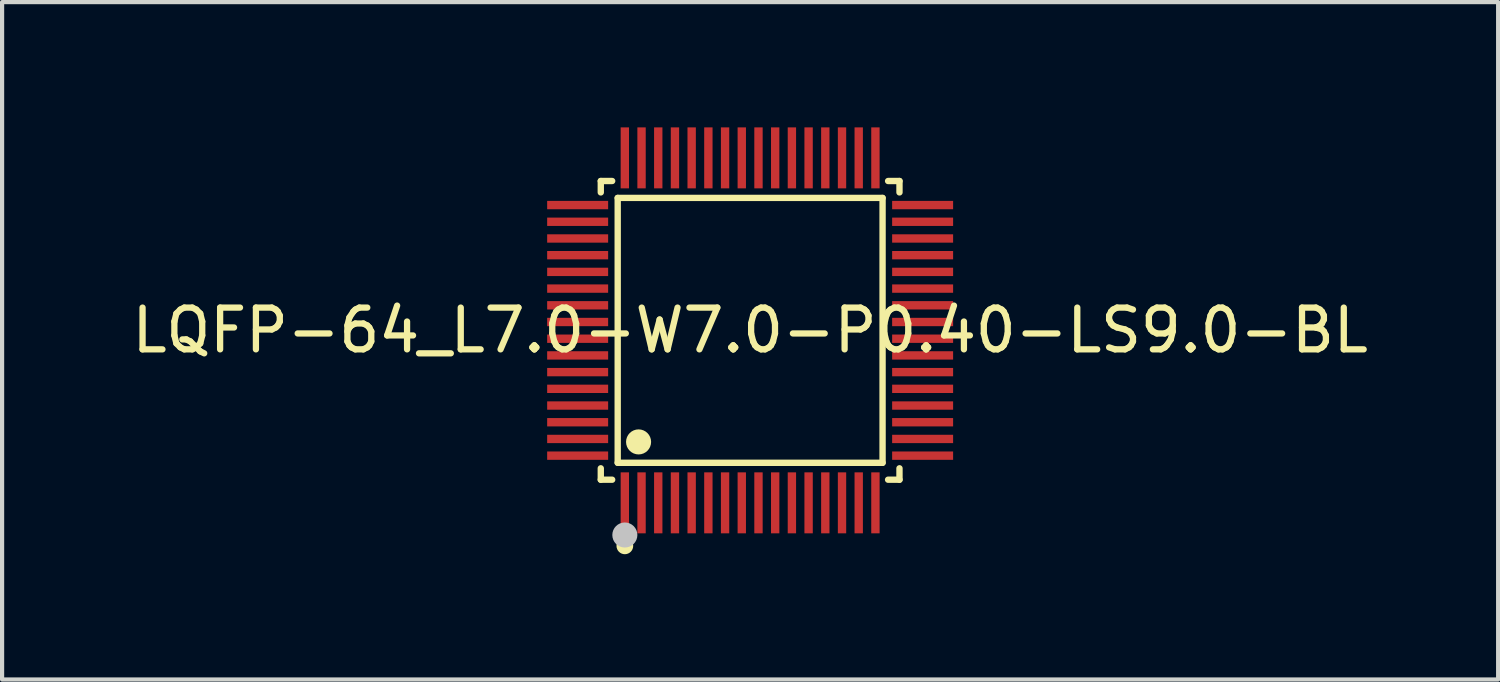
<source format=kicad_pcb>
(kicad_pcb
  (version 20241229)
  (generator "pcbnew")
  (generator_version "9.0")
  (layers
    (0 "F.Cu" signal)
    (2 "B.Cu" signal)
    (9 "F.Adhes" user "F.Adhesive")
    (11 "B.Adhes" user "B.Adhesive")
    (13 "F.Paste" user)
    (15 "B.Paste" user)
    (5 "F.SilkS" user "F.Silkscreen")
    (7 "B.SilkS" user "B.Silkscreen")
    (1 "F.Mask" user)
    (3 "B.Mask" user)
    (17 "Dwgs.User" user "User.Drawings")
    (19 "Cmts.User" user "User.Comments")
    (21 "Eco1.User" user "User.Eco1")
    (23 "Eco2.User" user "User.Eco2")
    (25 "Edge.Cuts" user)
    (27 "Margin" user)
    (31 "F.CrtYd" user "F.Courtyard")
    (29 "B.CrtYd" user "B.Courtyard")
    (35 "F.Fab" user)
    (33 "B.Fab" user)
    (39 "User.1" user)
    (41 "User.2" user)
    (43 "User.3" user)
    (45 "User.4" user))
  (footprint "LQFP-64_L7.0-W7.0-P0.40-LS9.0-BL"
    (layer "F.Cu")
    (at 14.911 4.86)
    (property "Reference" "LQFP-64_L7.0-W7.0-P0.40-LS9.0-BL" (at 0 0 0) (layer "F.SilkS") (effects (font (size 1 1) (thickness 0.15))))
    (fp_line (start -3.576 -3.576) (end -3.303 -3.576) (stroke (width 0.152) (type default)) (layer "F.SilkS"))
    (fp_line (start -3.576 -3.303) (end -3.576 -3.576) (stroke (width 0.152) (type default)) (layer "F.SilkS"))
    (fp_line (start -3.576 3.303) (end -3.576 3.576) (stroke (width 0.152) (type default)) (layer "F.SilkS"))
    (fp_line (start -3.576 3.576) (end -3.303 3.576) (stroke (width 0.152) (type default)) (layer "F.SilkS"))
    (fp_line (start -3.171 -3.171) (end 3.171 -3.171) (stroke (width 0.152) (type default)) (layer "F.SilkS"))
    (fp_line (start -3.171 3.171) (end -3.171 -3.171) (stroke (width 0.152) (type default)) (layer "F.SilkS"))
    (fp_line (start 3.171 -3.171) (end 3.171 3.171) (stroke (width 0.152) (type default)) (layer "F.SilkS"))
    (fp_line (start 3.171 3.171) (end -3.171 3.171) (stroke (width 0.152) (type default)) (layer "F.SilkS"))
    (fp_line (start 3.576 -3.576) (end 3.303 -3.576) (stroke (width 0.152) (type default)) (layer "F.SilkS"))
    (fp_line (start 3.576 -3.303) (end 3.576 -3.576) (stroke (width 0.152) (type default)) (layer "F.SilkS"))
    (fp_line (start 3.576 3.303) (end 3.576 3.576) (stroke (width 0.152) (type default)) (layer "F.SilkS"))
    (fp_line (start 3.576 3.576) (end 3.303 3.576) (stroke (width 0.152) (type default)) (layer "F.SilkS"))
    (fp_circle (center -3 5.16) (end -2.9 5.16) (stroke (width 0.2) (type default)) (fill no) (layer "F.SilkS"))
    (fp_circle (center -2.671 2.671) (end -2.521 2.671) (stroke (width 0.3) (type default)) (fill no) (layer "F.SilkS"))
    (fp_circle (center -3 4.9) (end -2.85 4.9) (stroke (width 0.3) (type default)) (fill no) (layer "Dwgs.User"))
    (fp_poly (pts (xy -4.5 -2.9) (xy -4.5 -3.1) (xy -3.9 -3.1) (xy -3.9 -2.9)) (stroke (width 0.1) (type default)) (fill no) (layer "User.1"))
    (fp_poly (pts (xy -4.5 -2.5) (xy -4.5 -2.7) (xy -3.9 -2.7) (xy -3.9 -2.5)) (stroke (width 0.1) (type default)) (fill no) (layer "User.1"))
    (fp_poly (pts (xy -4.5 -2.1) (xy -4.5 -2.3) (xy -3.9 -2.3) (xy -3.9 -2.1)) (stroke (width 0.1) (type default)) (fill no) (layer "User.1"))
    (fp_poly (pts (xy -4.5 -1.7) (xy -4.5 -1.9) (xy -3.9 -1.9) (xy -3.9 -1.7)) (stroke (width 0.1) (type default)) (fill no) (layer "User.1"))
    (fp_poly (pts (xy -4.5 -1.3) (xy -4.5 -1.5) (xy -3.9 -1.5) (xy -3.9 -1.3)) (stroke (width 0.1) (type default)) (fill no) (layer "User.1"))
    (fp_poly (pts (xy -4.5 -0.9) (xy -4.5 -1.1) (xy -3.9 -1.1) (xy -3.9 -0.9)) (stroke (width 0.1) (type default)) (fill no) (layer "User.1"))
    (fp_poly (pts (xy -4.5 -0.5) (xy -4.5 -0.7) (xy -3.9 -0.7) (xy -3.9 -0.5)) (stroke (width 0.1) (type default)) (fill no) (layer "User.1"))
    (fp_poly (pts (xy -4.5 -0.1) (xy -4.5 -0.3) (xy -3.9 -0.3) (xy -3.9 -0.1)) (stroke (width 0.1) (type default)) (fill no) (layer "User.1"))
    (fp_poly (pts (xy -4.5 0.3) (xy -4.5 0.1) (xy -3.9 0.1) (xy -3.9 0.3)) (stroke (width 0.1) (type default)) (fill no) (layer "User.1"))
    (fp_poly (pts (xy -4.5 0.7) (xy -4.5 0.5) (xy -3.9 0.5) (xy -3.9 0.7)) (stroke (width 0.1) (type default)) (fill no) (layer "User.1"))
    (fp_poly (pts (xy -4.5 1.1) (xy -4.5 0.9) (xy -3.9 0.9) (xy -3.9 1.1)) (stroke (width 0.1) (type default)) (fill no) (layer "User.1"))
    (fp_poly (pts (xy -4.5 1.5) (xy -4.5 1.3) (xy -3.9 1.3) (xy -3.9 1.5)) (stroke (width 0.1) (type default)) (fill no) (layer "User.1"))
    (fp_poly (pts (xy -4.5 1.9) (xy -4.5 1.7) (xy -3.9 1.7) (xy -3.9 1.9)) (stroke (width 0.1) (type default)) (fill no) (layer "User.1"))
    (fp_poly (pts (xy -4.5 2.3) (xy -4.5 2.1) (xy -3.9 2.1) (xy -3.9 2.3)) (stroke (width 0.1) (type default)) (fill no) (layer "User.1"))
    (fp_poly (pts (xy -4.5 2.7) (xy -4.5 2.5) (xy -3.9 2.5) (xy -3.9 2.7)) (stroke (width 0.1) (type default)) (fill no) (layer "User.1"))
    (fp_poly (pts (xy -4.5 3.1) (xy -4.5 2.9) (xy -3.9 2.9) (xy -3.9 3.1)) (stroke (width 0.1) (type default)) (fill no) (layer "User.1"))
    (fp_poly (pts (xy -3.91 -2.9) (xy -3.91 -3.1) (xy -3.49 -3.1) (xy -3.49 -2.9)) (stroke (width 0.1) (type default)) (fill no) (layer "User.1"))
    (fp_poly (pts (xy -3.91 -2.5) (xy -3.91 -2.7) (xy -3.49 -2.7) (xy -3.49 -2.5)) (stroke (width 0.1) (type default)) (fill no) (layer "User.1"))
    (fp_poly (pts (xy -3.91 -2.1) (xy -3.91 -2.3) (xy -3.49 -2.3) (xy -3.49 -2.1)) (stroke (width 0.1) (type default)) (fill no) (layer "User.1"))
    (fp_poly (pts (xy -3.91 -1.7) (xy -3.91 -1.9) (xy -3.49 -1.9) (xy -3.49 -1.7)) (stroke (width 0.1) (type default)) (fill no) (layer "User.1"))
    (fp_poly (pts (xy -3.91 -1.3) (xy -3.91 -1.5) (xy -3.49 -1.5) (xy -3.49 -1.3)) (stroke (width 0.1) (type default)) (fill no) (layer "User.1"))
    (fp_poly (pts (xy -3.91 -0.9) (xy -3.91 -1.1) (xy -3.49 -1.1) (xy -3.49 -0.9)) (stroke (width 0.1) (type default)) (fill no) (layer "User.1"))
    (fp_poly (pts (xy -3.91 -0.5) (xy -3.91 -0.7) (xy -3.49 -0.7) (xy -3.49 -0.5)) (stroke (width 0.1) (type default)) (fill no) (layer "User.1"))
    (fp_poly (pts (xy -3.91 -0.1) (xy -3.91 -0.3) (xy -3.49 -0.3) (xy -3.49 -0.1)) (stroke (width 0.1) (type default)) (fill no) (layer "User.1"))
    (fp_poly (pts (xy -3.91 0.3) (xy -3.91 0.1) (xy -3.49 0.1) (xy -3.49 0.3)) (stroke (width 0.1) (type default)) (fill no) (layer "User.1"))
    (fp_poly (pts (xy -3.91 0.7) (xy -3.91 0.5) (xy -3.49 0.5) (xy -3.49 0.7)) (stroke (width 0.1) (type default)) (fill no) (layer "User.1"))
    (fp_poly (pts (xy -3.91 1.1) (xy -3.91 0.9) (xy -3.49 0.9) (xy -3.49 1.1)) (stroke (width 0.1) (type default)) (fill no) (layer "User.1"))
    (fp_poly (pts (xy -3.91 1.5) (xy -3.91 1.3) (xy -3.49 1.3) (xy -3.49 1.5)) (stroke (width 0.1) (type default)) (fill no) (layer "User.1"))
    (fp_poly (pts (xy -3.91 1.9) (xy -3.91 1.7) (xy -3.49 1.7) (xy -3.49 1.9)) (stroke (width 0.1) (type default)) (fill no) (layer "User.1"))
    (fp_poly (pts (xy -3.91 2.3) (xy -3.91 2.1) (xy -3.49 2.1) (xy -3.49 2.3)) (stroke (width 0.1) (type default)) (fill no) (layer "User.1"))
    (fp_poly (pts (xy -3.91 2.7) (xy -3.91 2.5) (xy -3.49 2.5) (xy -3.49 2.7)) (stroke (width 0.1) (type default)) (fill no) (layer "User.1"))
    (fp_poly (pts (xy -3.91 3.1) (xy -3.91 2.9) (xy -3.49 2.9) (xy -3.49 3.1)) (stroke (width 0.1) (type default)) (fill no) (layer "User.1"))
    (fp_poly (pts (xy -3.1 -3.9) (xy -3.1 -4.5) (xy -2.9 -4.5) (xy -2.9 -3.9)) (stroke (width 0.1) (type default)) (fill no) (layer "User.1"))
    (fp_poly (pts (xy -3.1 -3.49) (xy -3.1 -3.91) (xy -2.9 -3.91) (xy -2.9 -3.49)) (stroke (width 0.1) (type default)) (fill no) (layer "User.1"))
    (fp_poly (pts (xy -3.1 3.91) (xy -3.1 3.49) (xy -2.9 3.49) (xy -2.9 3.91)) (stroke (width 0.1) (type default)) (fill no) (layer "User.1"))
    (fp_poly (pts (xy -3.1 4.5) (xy -3.1 3.9) (xy -2.9 3.9) (xy -2.9 4.5)) (stroke (width 0.1) (type default)) (fill no) (layer "User.1"))
    (fp_poly (pts (xy -2.7 -3.9) (xy -2.7 -4.5) (xy -2.5 -4.5) (xy -2.5 -3.9)) (stroke (width 0.1) (type default)) (fill no) (layer "User.1"))
    (fp_poly (pts (xy -2.7 -3.49) (xy -2.7 -3.91) (xy -2.5 -3.91) (xy -2.5 -3.49)) (stroke (width 0.1) (type default)) (fill no) (layer "User.1"))
    (fp_poly (pts (xy -2.7 3.91) (xy -2.7 3.49) (xy -2.5 3.49) (xy -2.5 3.91)) (stroke (width 0.1) (type default)) (fill no) (layer "User.1"))
    (fp_poly (pts (xy -2.7 4.5) (xy -2.7 3.9) (xy -2.5 3.9) (xy -2.5 4.5)) (stroke (width 0.1) (type default)) (fill no) (layer "User.1"))
    (fp_poly (pts (xy -2.3 -3.9) (xy -2.3 -4.5) (xy -2.1 -4.5) (xy -2.1 -3.9)) (stroke (width 0.1) (type default)) (fill no) (layer "User.1"))
    (fp_poly (pts (xy -2.3 -3.49) (xy -2.3 -3.91) (xy -2.1 -3.91) (xy -2.1 -3.49)) (stroke (width 0.1) (type default)) (fill no) (layer "User.1"))
    (fp_poly (pts (xy -2.3 3.91) (xy -2.3 3.49) (xy -2.1 3.49) (xy -2.1 3.91)) (stroke (width 0.1) (type default)) (fill no) (layer "User.1"))
    (fp_poly (pts (xy -2.3 4.5) (xy -2.3 3.9) (xy -2.1 3.9) (xy -2.1 4.5)) (stroke (width 0.1) (type default)) (fill no) (layer "User.1"))
    (fp_poly (pts (xy -1.9 -3.9) (xy -1.9 -4.5) (xy -1.7 -4.5) (xy -1.7 -3.9)) (stroke (width 0.1) (type default)) (fill no) (layer "User.1"))
    (fp_poly (pts (xy -1.9 -3.49) (xy -1.9 -3.91) (xy -1.7 -3.91) (xy -1.7 -3.49)) (stroke (width 0.1) (type default)) (fill no) (layer "User.1"))
    (fp_poly (pts (xy -1.9 3.91) (xy -1.9 3.49) (xy -1.7 3.49) (xy -1.7 3.91)) (stroke (width 0.1) (type default)) (fill no) (layer "User.1"))
    (fp_poly (pts (xy -1.9 4.5) (xy -1.9 3.9) (xy -1.7 3.9) (xy -1.7 4.5)) (stroke (width 0.1) (type default)) (fill no) (layer "User.1"))
    (fp_poly (pts (xy -1.5 -3.9) (xy -1.5 -4.5) (xy -1.3 -4.5) (xy -1.3 -3.9)) (stroke (width 0.1) (type default)) (fill no) (layer "User.1"))
    (fp_poly (pts (xy -1.5 -3.49) (xy -1.5 -3.91) (xy -1.3 -3.91) (xy -1.3 -3.49)) (stroke (width 0.1) (type default)) (fill no) (layer "User.1"))
    (fp_poly (pts (xy -1.5 3.91) (xy -1.5 3.49) (xy -1.3 3.49) (xy -1.3 3.91)) (stroke (width 0.1) (type default)) (fill no) (layer "User.1"))
    (fp_poly (pts (xy -1.5 4.5) (xy -1.5 3.9) (xy -1.3 3.9) (xy -1.3 4.5)) (stroke (width 0.1) (type default)) (fill no) (layer "User.1"))
    (fp_poly (pts (xy -1.1 -3.9) (xy -1.1 -4.5) (xy -0.9 -4.5) (xy -0.9 -3.9)) (stroke (width 0.1) (type default)) (fill no) (layer "User.1"))
    (fp_poly (pts (xy -1.1 -3.49) (xy -1.1 -3.91) (xy -0.9 -3.91) (xy -0.9 -3.49)) (stroke (width 0.1) (type default)) (fill no) (layer "User.1"))
    (fp_poly (pts (xy -1.1 3.91) (xy -1.1 3.49) (xy -0.9 3.49) (xy -0.9 3.91)) (stroke (width 0.1) (type default)) (fill no) (layer "User.1"))
    (fp_poly (pts (xy -1.1 4.5) (xy -1.1 3.9) (xy -0.9 3.9) (xy -0.9 4.5)) (stroke (width 0.1) (type default)) (fill no) (layer "User.1"))
    (fp_poly (pts (xy -0.7 -3.9) (xy -0.7 -4.5) (xy -0.5 -4.5) (xy -0.5 -3.9)) (stroke (width 0.1) (type default)) (fill no) (layer "User.1"))
    (fp_poly (pts (xy -0.7 -3.49) (xy -0.7 -3.91) (xy -0.5 -3.91) (xy -0.5 -3.49)) (stroke (width 0.1) (type default)) (fill no) (layer "User.1"))
    (fp_poly (pts (xy -0.7 3.91) (xy -0.7 3.49) (xy -0.5 3.49) (xy -0.5 3.91)) (stroke (width 0.1) (type default)) (fill no) (layer "User.1"))
    (fp_poly (pts (xy -0.7 4.5) (xy -0.7 3.9) (xy -0.5 3.9) (xy -0.5 4.5)) (stroke (width 0.1) (type default)) (fill no) (layer "User.1"))
    (fp_poly (pts (xy -0.3 -3.9) (xy -0.3 -4.5) (xy -0.1 -4.5) (xy -0.1 -3.9)) (stroke (width 0.1) (type default)) (fill no) (layer "User.1"))
    (fp_poly (pts (xy -0.3 -3.49) (xy -0.3 -3.91) (xy -0.1 -3.91) (xy -0.1 -3.49)) (stroke (width 0.1) (type default)) (fill no) (layer "User.1"))
    (fp_poly (pts (xy -0.3 3.91) (xy -0.3 3.49) (xy -0.1 3.49) (xy -0.1 3.91)) (stroke (width 0.1) (type default)) (fill no) (layer "User.1"))
    (fp_poly (pts (xy -0.3 4.5) (xy -0.3 3.9) (xy -0.1 3.9) (xy -0.1 4.5)) (stroke (width 0.1) (type default)) (fill no) (layer "User.1"))
    (fp_poly (pts (xy 0.1 -3.9) (xy 0.1 -4.5) (xy 0.3 -4.5) (xy 0.3 -3.9)) (stroke (width 0.1) (type default)) (fill no) (layer "User.1"))
    (fp_poly (pts (xy 0.1 -3.49) (xy 0.1 -3.91) (xy 0.3 -3.91) (xy 0.3 -3.49)) (stroke (width 0.1) (type default)) (fill no) (layer "User.1"))
    (fp_poly (pts (xy 0.1 3.91) (xy 0.1 3.49) (xy 0.3 3.49) (xy 0.3 3.91)) (stroke (width 0.1) (type default)) (fill no) (layer "User.1"))
    (fp_poly (pts (xy 0.1 4.5) (xy 0.1 3.9) (xy 0.3 3.9) (xy 0.3 4.5)) (stroke (width 0.1) (type default)) (fill no) (layer "User.1"))
    (fp_poly (pts (xy 0.5 -3.9) (xy 0.5 -4.5) (xy 0.7 -4.5) (xy 0.7 -3.9)) (stroke (width 0.1) (type default)) (fill no) (layer "User.1"))
    (fp_poly (pts (xy 0.5 -3.49) (xy 0.5 -3.91) (xy 0.7 -3.91) (xy 0.7 -3.49)) (stroke (width 0.1) (type default)) (fill no) (layer "User.1"))
    (fp_poly (pts (xy 0.5 3.91) (xy 0.5 3.49) (xy 0.7 3.49) (xy 0.7 3.91)) (stroke (width 0.1) (type default)) (fill no) (layer "User.1"))
    (fp_poly (pts (xy 0.5 4.5) (xy 0.5 3.9) (xy 0.7 3.9) (xy 0.7 4.5)) (stroke (width 0.1) (type default)) (fill no) (layer "User.1"))
    (fp_poly (pts (xy 0.9 -3.9) (xy 0.9 -4.5) (xy 1.1 -4.5) (xy 1.1 -3.9)) (stroke (width 0.1) (type default)) (fill no) (layer "User.1"))
    (fp_poly (pts (xy 0.9 -3.49) (xy 0.9 -3.91) (xy 1.1 -3.91) (xy 1.1 -3.49)) (stroke (width 0.1) (type default)) (fill no) (layer "User.1"))
    (fp_poly (pts (xy 0.9 3.91) (xy 0.9 3.49) (xy 1.1 3.49) (xy 1.1 3.91)) (stroke (width 0.1) (type default)) (fill no) (layer "User.1"))
    (fp_poly (pts (xy 0.9 4.5) (xy 0.9 3.9) (xy 1.1 3.9) (xy 1.1 4.5)) (stroke (width 0.1) (type default)) (fill no) (layer "User.1"))
    (fp_poly (pts (xy 1.3 -3.9) (xy 1.3 -4.5) (xy 1.5 -4.5) (xy 1.5 -3.9)) (stroke (width 0.1) (type default)) (fill no) (layer "User.1"))
    (fp_poly (pts (xy 1.3 -3.49) (xy 1.3 -3.91) (xy 1.5 -3.91) (xy 1.5 -3.49)) (stroke (width 0.1) (type default)) (fill no) (layer "User.1"))
    (fp_poly (pts (xy 1.3 3.91) (xy 1.3 3.49) (xy 1.5 3.49) (xy 1.5 3.91)) (stroke (width 0.1) (type default)) (fill no) (layer "User.1"))
    (fp_poly (pts (xy 1.3 4.5) (xy 1.3 3.9) (xy 1.5 3.9) (xy 1.5 4.5)) (stroke (width 0.1) (type default)) (fill no) (layer "User.1"))
    (fp_poly (pts (xy 1.7 -3.9) (xy 1.7 -4.5) (xy 1.9 -4.5) (xy 1.9 -3.9)) (stroke (width 0.1) (type default)) (fill no) (layer "User.1"))
    (fp_poly (pts (xy 1.7 -3.49) (xy 1.7 -3.91) (xy 1.9 -3.91) (xy 1.9 -3.49)) (stroke (width 0.1) (type default)) (fill no) (layer "User.1"))
    (fp_poly (pts (xy 1.7 3.91) (xy 1.7 3.49) (xy 1.9 3.49) (xy 1.9 3.91)) (stroke (width 0.1) (type default)) (fill no) (layer "User.1"))
    (fp_poly (pts (xy 1.7 4.5) (xy 1.7 3.9) (xy 1.9 3.9) (xy 1.9 4.5)) (stroke (width 0.1) (type default)) (fill no) (layer "User.1"))
    (fp_poly (pts (xy 2.1 -3.9) (xy 2.1 -4.5) (xy 2.3 -4.5) (xy 2.3 -3.9)) (stroke (width 0.1) (type default)) (fill no) (layer "User.1"))
    (fp_poly (pts (xy 2.1 -3.49) (xy 2.1 -3.91) (xy 2.3 -3.91) (xy 2.3 -3.49)) (stroke (width 0.1) (type default)) (fill no) (layer "User.1"))
    (fp_poly (pts (xy 2.1 3.91) (xy 2.1 3.49) (xy 2.3 3.49) (xy 2.3 3.91)) (stroke (width 0.1) (type default)) (fill no) (layer "User.1"))
    (fp_poly (pts (xy 2.1 4.5) (xy 2.1 3.9) (xy 2.3 3.9) (xy 2.3 4.5)) (stroke (width 0.1) (type default)) (fill no) (layer "User.1"))
    (fp_poly (pts (xy 2.5 -3.9) (xy 2.5 -4.5) (xy 2.7 -4.5) (xy 2.7 -3.9)) (stroke (width 0.1) (type default)) (fill no) (layer "User.1"))
    (fp_poly (pts (xy 2.5 -3.49) (xy 2.5 -3.91) (xy 2.7 -3.91) (xy 2.7 -3.49)) (stroke (width 0.1) (type default)) (fill no) (layer "User.1"))
    (fp_poly (pts (xy 2.5 3.91) (xy 2.5 3.49) (xy 2.7 3.49) (xy 2.7 3.91)) (stroke (width 0.1) (type default)) (fill no) (layer "User.1"))
    (fp_poly (pts (xy 2.5 4.5) (xy 2.5 3.9) (xy 2.7 3.9) (xy 2.7 4.5)) (stroke (width 0.1) (type default)) (fill no) (layer "User.1"))
    (fp_poly (pts (xy 2.9 -3.9) (xy 2.9 -4.5) (xy 3.1 -4.5) (xy 3.1 -3.9)) (stroke (width 0.1) (type default)) (fill no) (layer "User.1"))
    (fp_poly (pts (xy 2.9 -3.49) (xy 2.9 -3.91) (xy 3.1 -3.91) (xy 3.1 -3.49)) (stroke (width 0.1) (type default)) (fill no) (layer "User.1"))
    (fp_poly (pts (xy 2.9 3.91) (xy 2.9 3.49) (xy 3.1 3.49) (xy 3.1 3.91)) (stroke (width 0.1) (type default)) (fill no) (layer "User.1"))
    (fp_poly (pts (xy 2.9 4.5) (xy 2.9 3.9) (xy 3.1 3.9) (xy 3.1 4.5)) (stroke (width 0.1) (type default)) (fill no) (layer "User.1"))
    (fp_poly (pts (xy 3.49 -2.9) (xy 3.49 -3.1) (xy 3.91 -3.1) (xy 3.91 -2.9)) (stroke (width 0.1) (type default)) (fill no) (layer "User.1"))
    (fp_poly (pts (xy 3.49 -2.5) (xy 3.49 -2.7) (xy 3.91 -2.7) (xy 3.91 -2.5)) (stroke (width 0.1) (type default)) (fill no) (layer "User.1"))
    (fp_poly (pts (xy 3.49 -2.1) (xy 3.49 -2.3) (xy 3.91 -2.3) (xy 3.91 -2.1)) (stroke (width 0.1) (type default)) (fill no) (layer "User.1"))
    (fp_poly (pts (xy 3.49 -1.7) (xy 3.49 -1.9) (xy 3.91 -1.9) (xy 3.91 -1.7)) (stroke (width 0.1) (type default)) (fill no) (layer "User.1"))
    (fp_poly (pts (xy 3.49 -1.3) (xy 3.49 -1.5) (xy 3.91 -1.5) (xy 3.91 -1.3)) (stroke (width 0.1) (type default)) (fill no) (layer "User.1"))
    (fp_poly (pts (xy 3.49 -0.9) (xy 3.49 -1.1) (xy 3.91 -1.1) (xy 3.91 -0.9)) (stroke (width 0.1) (type default)) (fill no) (layer "User.1"))
    (fp_poly (pts (xy 3.49 -0.5) (xy 3.49 -0.7) (xy 3.91 -0.7) (xy 3.91 -0.5)) (stroke (width 0.1) (type default)) (fill no) (layer "User.1"))
    (fp_poly (pts (xy 3.49 -0.1) (xy 3.49 -0.3) (xy 3.91 -0.3) (xy 3.91 -0.1)) (stroke (width 0.1) (type default)) (fill no) (layer "User.1"))
    (fp_poly (pts (xy 3.49 0.3) (xy 3.49 0.1) (xy 3.91 0.1) (xy 3.91 0.3)) (stroke (width 0.1) (type default)) (fill no) (layer "User.1"))
    (fp_poly (pts (xy 3.49 0.7) (xy 3.49 0.5) (xy 3.91 0.5) (xy 3.91 0.7)) (stroke (width 0.1) (type default)) (fill no) (layer "User.1"))
    (fp_poly (pts (xy 3.49 1.1) (xy 3.49 0.9) (xy 3.91 0.9) (xy 3.91 1.1)) (stroke (width 0.1) (type default)) (fill no) (layer "User.1"))
    (fp_poly (pts (xy 3.49 1.5) (xy 3.49 1.3) (xy 3.91 1.3) (xy 3.91 1.5)) (stroke (width 0.1) (type default)) (fill no) (layer "User.1"))
    (fp_poly (pts (xy 3.49 1.9) (xy 3.49 1.7) (xy 3.91 1.7) (xy 3.91 1.9)) (stroke (width 0.1) (type default)) (fill no) (layer "User.1"))
    (fp_poly (pts (xy 3.49 2.3) (xy 3.49 2.1) (xy 3.91 2.1) (xy 3.91 2.3)) (stroke (width 0.1) (type default)) (fill no) (layer "User.1"))
    (fp_poly (pts (xy 3.49 2.7) (xy 3.49 2.5) (xy 3.91 2.5) (xy 3.91 2.7)) (stroke (width 0.1) (type default)) (fill no) (layer "User.1"))
    (fp_poly (pts (xy 3.49 3.1) (xy 3.49 2.9) (xy 3.91 2.9) (xy 3.91 3.1)) (stroke (width 0.1) (type default)) (fill no) (layer "User.1"))
    (fp_poly (pts (xy 3.9 -2.9) (xy 3.9 -3.1) (xy 4.5 -3.1) (xy 4.5 -2.9)) (stroke (width 0.1) (type default)) (fill no) (layer "User.1"))
    (fp_poly (pts (xy 3.9 -2.5) (xy 3.9 -2.7) (xy 4.5 -2.7) (xy 4.5 -2.5)) (stroke (width 0.1) (type default)) (fill no) (layer "User.1"))
    (fp_poly (pts (xy 3.9 -2.1) (xy 3.9 -2.3) (xy 4.5 -2.3) (xy 4.5 -2.1)) (stroke (width 0.1) (type default)) (fill no) (layer "User.1"))
    (fp_poly (pts (xy 3.9 -1.7) (xy 3.9 -1.9) (xy 4.5 -1.9) (xy 4.5 -1.7)) (stroke (width 0.1) (type default)) (fill no) (layer "User.1"))
    (fp_poly (pts (xy 3.9 -1.3) (xy 3.9 -1.5) (xy 4.5 -1.5) (xy 4.5 -1.3)) (stroke (width 0.1) (type default)) (fill no) (layer "User.1"))
    (fp_poly (pts (xy 3.9 -0.9) (xy 3.9 -1.1) (xy 4.5 -1.1) (xy 4.5 -0.9)) (stroke (width 0.1) (type default)) (fill no) (layer "User.1"))
    (fp_poly (pts (xy 3.9 -0.5) (xy 3.9 -0.7) (xy 4.5 -0.7) (xy 4.5 -0.5)) (stroke (width 0.1) (type default)) (fill no) (layer "User.1"))
    (fp_poly (pts (xy 3.9 -0.1) (xy 3.9 -0.3) (xy 4.5 -0.3) (xy 4.5 -0.1)) (stroke (width 0.1) (type default)) (fill no) (layer "User.1"))
    (fp_poly (pts (xy 3.9 0.3) (xy 3.9 0.1) (xy 4.5 0.1) (xy 4.5 0.3)) (stroke (width 0.1) (type default)) (fill no) (layer "User.1"))
    (fp_poly (pts (xy 3.9 0.7) (xy 3.9 0.5) (xy 4.5 0.5) (xy 4.5 0.7)) (stroke (width 0.1) (type default)) (fill no) (layer "User.1"))
    (fp_poly (pts (xy 3.9 1.1) (xy 3.9 0.9) (xy 4.5 0.9) (xy 4.5 1.1)) (stroke (width 0.1) (type default)) (fill no) (layer "User.1"))
    (fp_poly (pts (xy 3.9 1.5) (xy 3.9 1.3) (xy 4.5 1.3) (xy 4.5 1.5)) (stroke (width 0.1) (type default)) (fill no) (layer "User.1"))
    (fp_poly (pts (xy 3.9 1.9) (xy 3.9 1.7) (xy 4.5 1.7) (xy 4.5 1.9)) (stroke (width 0.1) (type default)) (fill no) (layer "User.1"))
    (fp_poly (pts (xy 3.9 2.3) (xy 3.9 2.1) (xy 4.5 2.1) (xy 4.5 2.3)) (stroke (width 0.1) (type default)) (fill no) (layer "User.1"))
    (fp_poly (pts (xy 3.9 2.7) (xy 3.9 2.5) (xy 4.5 2.5) (xy 4.5 2.7)) (stroke (width 0.1) (type default)) (fill no) (layer "User.1"))
    (fp_poly (pts (xy 3.9 3.1) (xy 3.9 2.9) (xy 4.5 2.9) (xy 4.5 3.1)) (stroke (width 0.1) (type default)) (fill no) (layer "User.1"))
    (fp_line (start -3.5 -3.5) (end 3.5 -3.5) (stroke (width 0.051) (type default)) (layer "User.2"))
    (fp_line (start -3.5 3.5) (end -3.5 -3.5) (stroke (width 0.051) (type default)) (layer "User.2"))
    (fp_line (start 3.5 -3.5) (end 3.5 3.5) (stroke (width 0.051) (type default)) (layer "User.2"))
    (fp_line (start 3.5 3.5) (end -3.5 3.5) (stroke (width 0.051) (type default)) (layer "User.2"))
    (fp_poly (pts (xy -4.44 4.5) (xy -4.458 4.458) (xy -4.5 4.44) (xy -4.542 4.458) (xy -4.56 4.5) (xy -4.542 4.542) (xy -4.5 4.56) (xy -4.458 4.542)) (stroke (width 0.1) (type default)) (fill no) (layer "User.3"))
    (pad "1" smd rect (at -3 4.13) (size 0.2 1.46) (layers "F.Cu" "F.Mask" "F.Paste"))
    (pad "2" smd rect (at -2.6 4.13) (size 0.2 1.46) (layers "F.Cu" "F.Mask" "F.Paste"))
    (pad "3" smd rect (at -2.2 4.13) (size 0.2 1.46) (layers "F.Cu" "F.Mask" "F.Paste"))
    (pad "4" smd rect (at -1.8 4.13) (size 0.2 1.46) (layers "F.Cu" "F.Mask" "F.Paste"))
    (pad "5" smd rect (at -1.4 4.13) (size 0.2 1.46) (layers "F.Cu" "F.Mask" "F.Paste"))
    (pad "6" smd rect (at -1 4.13) (size 0.2 1.46) (layers "F.Cu" "F.Mask" "F.Paste"))
    (pad "7" smd rect (at -0.6 4.13) (size 0.2 1.46) (layers "F.Cu" "F.Mask" "F.Paste"))
    (pad "8" smd rect (at -0.2 4.13) (size 0.2 1.46) (layers "F.Cu" "F.Mask" "F.Paste"))
    (pad "9" smd rect (at 0.2 4.13) (size 0.2 1.46) (layers "F.Cu" "F.Mask" "F.Paste"))
    (pad "10" smd rect (at 0.6 4.13) (size 0.2 1.46) (layers "F.Cu" "F.Mask" "F.Paste"))
    (pad "11" smd rect (at 1 4.13) (size 0.2 1.46) (layers "F.Cu" "F.Mask" "F.Paste"))
    (pad "12" smd rect (at 1.4 4.13) (size 0.2 1.46) (layers "F.Cu" "F.Mask" "F.Paste"))
    (pad "13" smd rect (at 1.8 4.13) (size 0.2 1.46) (layers "F.Cu" "F.Mask" "F.Paste"))
    (pad "14" smd rect (at 2.2 4.13) (size 0.2 1.46) (layers "F.Cu" "F.Mask" "F.Paste"))
    (pad "15" smd rect (at 2.6 4.13) (size 0.2 1.46) (layers "F.Cu" "F.Mask" "F.Paste"))
    (pad "16" smd rect (at 3 4.13) (size 0.2 1.46) (layers "F.Cu" "F.Mask" "F.Paste"))
    (pad "17" smd rect (at 4.13 3) (size 1.46 0.2) (layers "F.Cu" "F.Mask" "F.Paste"))
    (pad "18" smd rect (at 4.13 2.6) (size 1.46 0.2) (layers "F.Cu" "F.Mask" "F.Paste"))
    (pad "19" smd rect (at 4.13 2.2) (size 1.46 0.2) (layers "F.Cu" "F.Mask" "F.Paste"))
    (pad "20" smd rect (at 4.13 1.8) (size 1.46 0.2) (layers "F.Cu" "F.Mask" "F.Paste"))
    (pad "21" smd rect (at 4.13 1.4) (size 1.46 0.2) (layers "F.Cu" "F.Mask" "F.Paste"))
    (pad "22" smd rect (at 4.13 1) (size 1.46 0.2) (layers "F.Cu" "F.Mask" "F.Paste"))
    (pad "23" smd rect (at 4.13 0.6) (size 1.46 0.2) (layers "F.Cu" "F.Mask" "F.Paste"))
    (pad "24" smd rect (at 4.13 0.2) (size 1.46 0.2) (layers "F.Cu" "F.Mask" "F.Paste"))
    (pad "25" smd rect (at 4.13 -0.2) (size 1.46 0.2) (layers "F.Cu" "F.Mask" "F.Paste"))
    (pad "26" smd rect (at 4.13 -0.6) (size 1.46 0.2) (layers "F.Cu" "F.Mask" "F.Paste"))
    (pad "27" smd rect (at 4.13 -1) (size 1.46 0.2) (layers "F.Cu" "F.Mask" "F.Paste"))
    (pad "28" smd rect (at 4.13 -1.4) (size 1.46 0.2) (layers "F.Cu" "F.Mask" "F.Paste"))
    (pad "29" smd rect (at 4.13 -1.8) (size 1.46 0.2) (layers "F.Cu" "F.Mask" "F.Paste"))
    (pad "30" smd rect (at 4.13 -2.2) (size 1.46 0.2) (layers "F.Cu" "F.Mask" "F.Paste"))
    (pad "31" smd rect (at 4.13 -2.6) (size 1.46 0.2) (layers "F.Cu" "F.Mask" "F.Paste"))
    (pad "32" smd rect (at 4.13 -3) (size 1.46 0.2) (layers "F.Cu" "F.Mask" "F.Paste"))
    (pad "33" smd rect (at 3 -4.13) (size 0.2 1.46) (layers "F.Cu" "F.Mask" "F.Paste"))
    (pad "34" smd rect (at 2.6 -4.13) (size 0.2 1.46) (layers "F.Cu" "F.Mask" "F.Paste"))
    (pad "35" smd rect (at 2.2 -4.13) (size 0.2 1.46) (layers "F.Cu" "F.Mask" "F.Paste"))
    (pad "36" smd rect (at 1.8 -4.13) (size 0.2 1.46) (layers "F.Cu" "F.Mask" "F.Paste"))
    (pad "37" smd rect (at 1.4 -4.13) (size 0.2 1.46) (layers "F.Cu" "F.Mask" "F.Paste"))
    (pad "38" smd rect (at 1 -4.13) (size 0.2 1.46) (layers "F.Cu" "F.Mask" "F.Paste"))
    (pad "39" smd rect (at 0.6 -4.13) (size 0.2 1.46) (layers "F.Cu" "F.Mask" "F.Paste"))
    (pad "40" smd rect (at 0.2 -4.13) (size 0.2 1.46) (layers "F.Cu" "F.Mask" "F.Paste"))
    (pad "41" smd rect (at -0.2 -4.13) (size 0.2 1.46) (layers "F.Cu" "F.Mask" "F.Paste"))
    (pad "42" smd rect (at -0.6 -4.13) (size 0.2 1.46) (layers "F.Cu" "F.Mask" "F.Paste"))
    (pad "43" smd rect (at -1 -4.13) (size 0.2 1.46) (layers "F.Cu" "F.Mask" "F.Paste"))
    (pad "44" smd rect (at -1.4 -4.13) (size 0.2 1.46) (layers "F.Cu" "F.Mask" "F.Paste"))
    (pad "45" smd rect (at -1.8 -4.13) (size 0.2 1.46) (layers "F.Cu" "F.Mask" "F.Paste"))
    (pad "46" smd rect (at -2.2 -4.13) (size 0.2 1.46) (layers "F.Cu" "F.Mask" "F.Paste"))
    (pad "47" smd rect (at -2.6 -4.13) (size 0.2 1.46) (layers "F.Cu" "F.Mask" "F.Paste"))
    (pad "48" smd rect (at -3 -4.13) (size 0.2 1.46) (layers "F.Cu" "F.Mask" "F.Paste"))
    (pad "49" smd rect (at -4.13 -3) (size 1.46 0.2) (layers "F.Cu" "F.Mask" "F.Paste"))
    (pad "50" smd rect (at -4.13 -2.6) (size 1.46 0.2) (layers "F.Cu" "F.Mask" "F.Paste"))
    (pad "51" smd rect (at -4.13 -2.2) (size 1.46 0.2) (layers "F.Cu" "F.Mask" "F.Paste"))
    (pad "52" smd rect (at -4.13 -1.8) (size 1.46 0.2) (layers "F.Cu" "F.Mask" "F.Paste"))
    (pad "53" smd rect (at -4.13 -1.4) (size 1.46 0.2) (layers "F.Cu" "F.Mask" "F.Paste"))
    (pad "54" smd rect (at -4.13 -1) (size 1.46 0.2) (layers "F.Cu" "F.Mask" "F.Paste"))
    (pad "55" smd rect (at -4.13 -0.6) (size 1.46 0.2) (layers "F.Cu" "F.Mask" "F.Paste"))
    (pad "56" smd rect (at -4.13 -0.2) (size 1.46 0.2) (layers "F.Cu" "F.Mask" "F.Paste"))
    (pad "57" smd rect (at -4.13 0.2) (size 1.46 0.2) (layers "F.Cu" "F.Mask" "F.Paste"))
    (pad "58" smd rect (at -4.13 0.6) (size 1.46 0.2) (layers "F.Cu" "F.Mask" "F.Paste"))
    (pad "59" smd rect (at -4.13 1) (size 1.46 0.2) (layers "F.Cu" "F.Mask" "F.Paste"))
    (pad "60" smd rect (at -4.13 1.4) (size 1.46 0.2) (layers "F.Cu" "F.Mask" "F.Paste"))
    (pad "61" smd rect (at -4.13 1.8) (size 1.46 0.2) (layers "F.Cu" "F.Mask" "F.Paste"))
    (pad "62" smd rect (at -4.13 2.2) (size 1.46 0.2) (layers "F.Cu" "F.Mask" "F.Paste"))
    (pad "63" smd rect (at -4.13 2.6) (size 1.46 0.2) (layers "F.Cu" "F.Mask" "F.Paste"))
    (pad "64" smd rect (at -4.13 3) (size 1.46 0.2) (layers "F.Cu" "F.Mask" "F.Paste")))
  (gr_rect
    (start -3 -3)
    (end 32.821 13.22)
    (stroke (width 0.1) (type default))
    (fill no)
    (layer "Edge.Cuts")))
</source>
